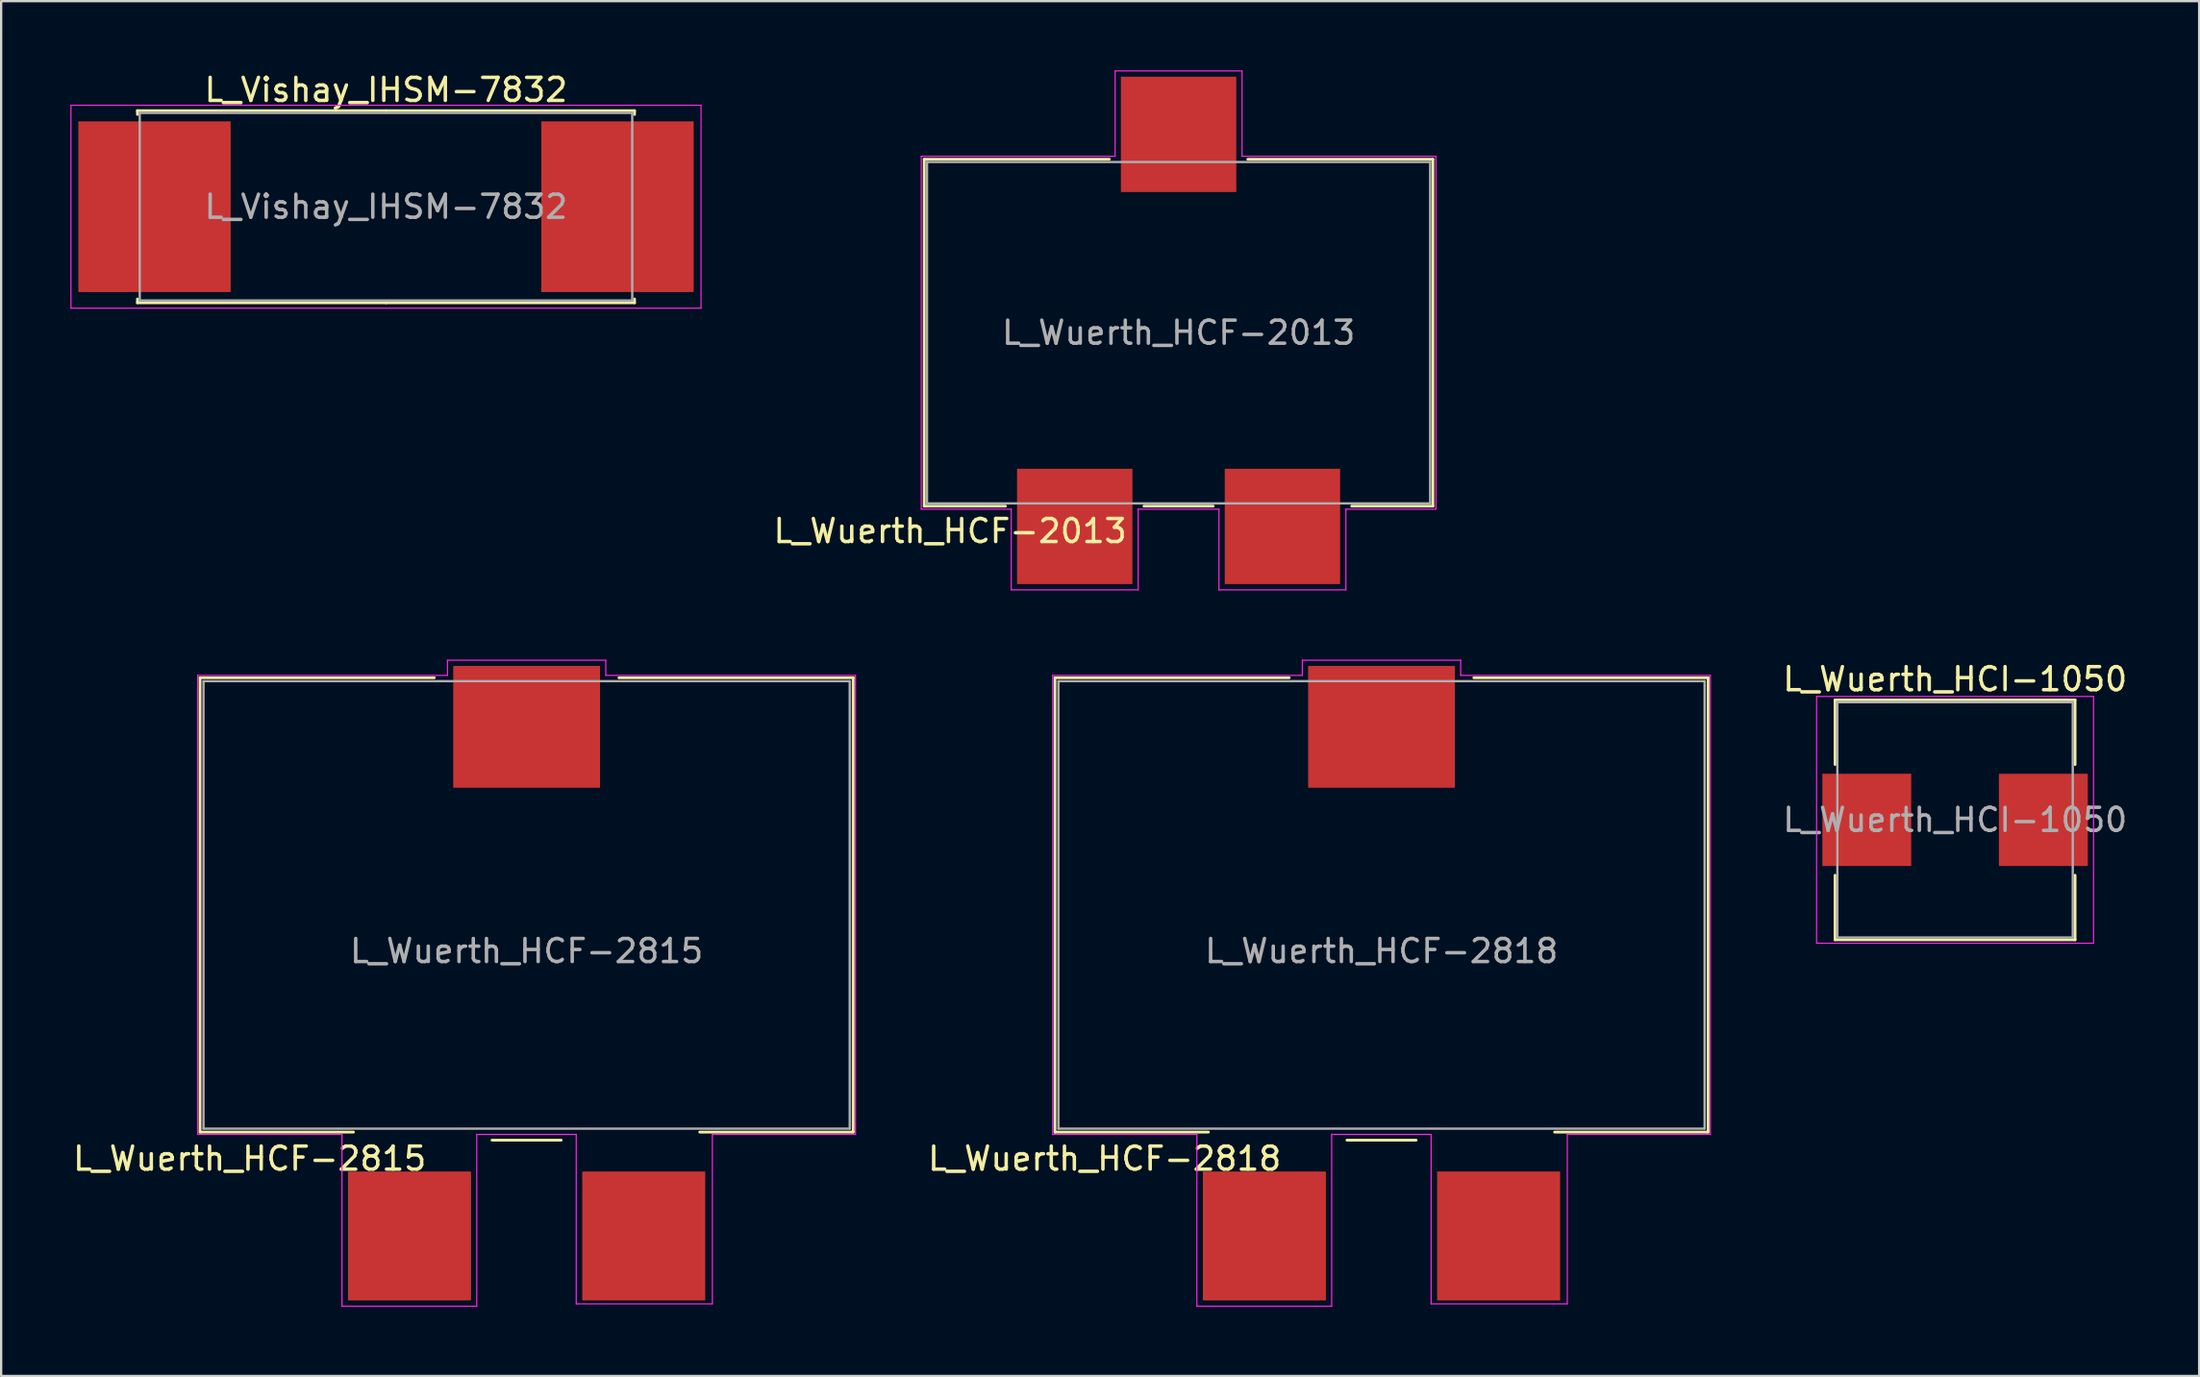
<source format=kicad_pcb>
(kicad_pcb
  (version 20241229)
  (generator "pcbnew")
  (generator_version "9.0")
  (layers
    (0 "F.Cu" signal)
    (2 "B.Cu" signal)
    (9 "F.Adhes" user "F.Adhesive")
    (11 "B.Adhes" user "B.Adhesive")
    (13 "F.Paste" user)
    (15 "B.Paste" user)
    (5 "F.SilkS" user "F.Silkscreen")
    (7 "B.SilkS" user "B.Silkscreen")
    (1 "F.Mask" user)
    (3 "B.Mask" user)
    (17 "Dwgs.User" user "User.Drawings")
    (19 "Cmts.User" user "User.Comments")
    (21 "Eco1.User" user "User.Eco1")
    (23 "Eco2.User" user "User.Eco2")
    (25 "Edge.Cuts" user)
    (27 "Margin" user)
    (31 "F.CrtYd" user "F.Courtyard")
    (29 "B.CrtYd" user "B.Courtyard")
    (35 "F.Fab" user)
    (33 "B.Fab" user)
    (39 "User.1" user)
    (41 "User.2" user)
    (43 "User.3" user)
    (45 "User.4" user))
  (footprint "L_Wuerth_HCF-2815"
    (layer "F.Cu")
    (at 19.768 36.185)
    (property "Reference" "L_Wuerth_HCF-2815" (at -12 11 0) (layer "F.SilkS") (effects (font (size 1 1) (thickness 0.15))))
    (attr smd)
    (fp_line (start -14.15 -9.85) (end -4 -9.85) (stroke (width 0.12) (type solid)) (layer "F.SilkS"))
    (fp_line (start -14.15 9.85) (end -14.15 -9.85) (stroke (width 0.12) (type solid)) (layer "F.SilkS"))
    (fp_line (start -7.5 9.85) (end -14.15 9.85) (stroke (width 0.12) (type solid)) (layer "F.SilkS"))
    (fp_line (start 1.5 10.2) (end -1.5 10.2) (stroke (width 0.12) (type solid)) (layer "F.SilkS"))
    (fp_line (start 4 -9.85) (end 14.15 -9.85) (stroke (width 0.12) (type solid)) (layer "F.SilkS"))
    (fp_line (start 14.15 -9.85) (end 14.15 9.85) (stroke (width 0.12) (type solid)) (layer "F.SilkS"))
    (fp_line (start 14.15 9.85) (end 7.5 9.85) (stroke (width 0.12) (type solid)) (layer "F.SilkS"))
    (fp_line (start -14.25 -9.95) (end -3.43 -9.95) (stroke (width 0.05) (type solid)) (layer "F.CrtYd"))
    (fp_line (start -14.25 9.95) (end -14.25 -9.95) (stroke (width 0.05) (type solid)) (layer "F.CrtYd"))
    (fp_line (start -8 9.95) (end -14.25 9.95) (stroke (width 0.05) (type solid)) (layer "F.CrtYd"))
    (fp_line (start -8 17.4) (end -8 9.95) (stroke (width 0.05) (type solid)) (layer "F.CrtYd"))
    (fp_line (start -3.43 -10.61) (end 3.43 -10.61) (stroke (width 0.05) (type solid)) (layer "F.CrtYd"))
    (fp_line (start -3.43 -9.95) (end -3.43 -10.61) (stroke (width 0.05) (type solid)) (layer "F.CrtYd"))
    (fp_line (start -2.16 9.95) (end -2.16 17.4) (stroke (width 0.05) (type solid)) (layer "F.CrtYd"))
    (fp_line (start -2.16 17.4) (end -8 17.4) (stroke (width 0.05) (type solid)) (layer "F.CrtYd"))
    (fp_line (start 2.15 9.95) (end -2.16 9.95) (stroke (width 0.05) (type solid)) (layer "F.CrtYd"))
    (fp_line (start 2.15 17.3) (end 2.15 9.95) (stroke (width 0.05) (type solid)) (layer "F.CrtYd"))
    (fp_line (start 3.43 -10.61) (end 3.43 -9.95) (stroke (width 0.05) (type solid)) (layer "F.CrtYd"))
    (fp_line (start 3.43 -9.95) (end 14.25 -9.95) (stroke (width 0.05) (type solid)) (layer "F.CrtYd"))
    (fp_line (start 8.05 9.95) (end 8.05 17.3) (stroke (width 0.05) (type solid)) (layer "F.CrtYd"))
    (fp_line (start 8.05 17.3) (end 2.15 17.3) (stroke (width 0.05) (type solid)) (layer "F.CrtYd"))
    (fp_line (start 14.25 -9.95) (end 14.25 9.95) (stroke (width 0.05) (type solid)) (layer "F.CrtYd"))
    (fp_line (start 14.25 9.95) (end 8.05 9.95) (stroke (width 0.05) (type solid)) (layer "F.CrtYd"))
    (fp_line (start -14 -9.7) (end 14 -9.7) (stroke (width 0.1) (type solid)) (layer "F.Fab"))
    (fp_line (start -14 9.7) (end -14 -9.7) (stroke (width 0.1) (type solid)) (layer "F.Fab"))
    (fp_line (start 14 -9.7) (end 14 9.7) (stroke (width 0.1) (type solid)) (layer "F.Fab"))
    (fp_line (start 14 9.7) (end -14 9.7) (stroke (width 0.1) (type solid)) (layer "F.Fab"))
    (fp_text user "${REFERENCE}" (at 0 2 0) (layer "F.Fab") (effects (font (size 1 1) (thickness 0.15))))
    (pad "" smd rect (at 0 -7.72) (size 6.36 5.28) (layers "F.Cu" "F.Mask" "F.Paste"))
    (pad "1" smd rect (at -5.075 14.355) (size 5.33 5.59) (layers "F.Cu" "F.Mask" "F.Paste"))
    (pad "2" smd rect (at 5.075 14.355) (size 5.33 5.59) (layers "F.Cu" "F.Mask" "F.Paste")))
  (footprint "L_Wuerth_HCF-2013"
    (layer "F.Cu")
    (at 48.018 11.375)
    (property "Reference" "L_Wuerth_HCF-2013" (at -9.9 8.6 0) (layer "F.SilkS") (effects (font (size 1 1) (thickness 0.15))))
    (attr smd)
    (fp_line (start -11.02 -7.52) (end -3 -7.52) (stroke (width 0.12) (type solid)) (layer "F.SilkS"))
    (fp_line (start -11.02 7.52) (end -11.02 -7.52) (stroke (width 0.12) (type solid)) (layer "F.SilkS"))
    (fp_line (start -7.5 7.52) (end -11.02 7.52) (stroke (width 0.12) (type solid)) (layer "F.SilkS"))
    (fp_line (start 1.5 7.52) (end -1.5 7.52) (stroke (width 0.12) (type solid)) (layer "F.SilkS"))
    (fp_line (start 3 -7.52) (end 11.02 -7.52) (stroke (width 0.12) (type solid)) (layer "F.SilkS"))
    (fp_line (start 11.02 -7.52) (end 11.02 7.52) (stroke (width 0.12) (type solid)) (layer "F.SilkS"))
    (fp_line (start 11.02 7.52) (end 7.5 7.52) (stroke (width 0.12) (type solid)) (layer "F.SilkS"))
    (fp_line (start -11.15 -7.65) (end -2.75 -7.65) (stroke (width 0.05) (type solid)) (layer "F.CrtYd"))
    (fp_line (start -11.15 7.65) (end -11.15 -7.65) (stroke (width 0.05) (type solid)) (layer "F.CrtYd"))
    (fp_line (start -7.25 7.65) (end -11.15 7.65) (stroke (width 0.05) (type solid)) (layer "F.CrtYd"))
    (fp_line (start -7.25 11.15) (end -7.25 7.65) (stroke (width 0.05) (type solid)) (layer "F.CrtYd"))
    (fp_line (start -2.75 -11.35) (end 2.75 -11.35) (stroke (width 0.05) (type solid)) (layer "F.CrtYd"))
    (fp_line (start -2.75 -7.65) (end -2.75 -11.35) (stroke (width 0.05) (type solid)) (layer "F.CrtYd"))
    (fp_line (start -1.75 7.65) (end -1.75 11.15) (stroke (width 0.05) (type solid)) (layer "F.CrtYd"))
    (fp_line (start -1.75 11.15) (end -7.25 11.15) (stroke (width 0.05) (type solid)) (layer "F.CrtYd"))
    (fp_line (start 1.75 7.65) (end -1.75 7.65) (stroke (width 0.05) (type solid)) (layer "F.CrtYd"))
    (fp_line (start 1.75 11.15) (end 1.75 7.65) (stroke (width 0.05) (type solid)) (layer "F.CrtYd"))
    (fp_line (start 2.75 -11.35) (end 2.75 -7.65) (stroke (width 0.05) (type solid)) (layer "F.CrtYd"))
    (fp_line (start 2.75 -7.65) (end 11.15 -7.65) (stroke (width 0.05) (type solid)) (layer "F.CrtYd"))
    (fp_line (start 7.25 7.65) (end 7.25 11.15) (stroke (width 0.05) (type solid)) (layer "F.CrtYd"))
    (fp_line (start 7.25 11.15) (end 1.75 11.15) (stroke (width 0.05) (type solid)) (layer "F.CrtYd"))
    (fp_line (start 11.15 -7.65) (end 11.15 7.65) (stroke (width 0.05) (type solid)) (layer "F.CrtYd"))
    (fp_line (start 11.15 7.65) (end 7.25 7.65) (stroke (width 0.05) (type solid)) (layer "F.CrtYd"))
    (fp_line (start -10.9 -7.4) (end 10.9 -7.4) (stroke (width 0.1) (type solid)) (layer "F.Fab"))
    (fp_line (start -10.9 7.4) (end -10.9 -7.4) (stroke (width 0.1) (type solid)) (layer "F.Fab"))
    (fp_line (start 10.9 -7.4) (end 10.9 7.4) (stroke (width 0.1) (type solid)) (layer "F.Fab"))
    (fp_line (start 10.9 7.4) (end -10.9 7.4) (stroke (width 0.1) (type solid)) (layer "F.Fab"))
    (fp_text user "${REFERENCE}" (at 0 0 0) (layer "F.Fab") (effects (font (size 1 1) (thickness 0.15))))
    (pad "" smd rect (at 0 -8.6) (size 5 5) (layers "F.Cu" "F.Mask" "F.Paste"))
    (pad "1" smd rect (at -4.5 8.4) (size 5 5) (layers "F.Cu" "F.Mask" "F.Paste"))
    (pad "2" smd rect (at 4.5 8.4) (size 5 5) (layers "F.Cu" "F.Mask" "F.Paste")))
  (footprint "L_Wuerth_HCI-1050"
    (layer "F.Cu")
    (at 81.663 32.498)
    (property "Reference" "L_Wuerth_HCI-1050" (at 0 -6.1 0) (layer "F.SilkS") (effects (font (size 1 1) (thickness 0.15))))
    (attr smd)
    (fp_line (start -5.2 -5.2) (end 5.2 -5.2) (stroke (width 0.12) (type solid)) (layer "F.SilkS"))
    (fp_line (start -5.2 -2.4) (end -5.2 -5.2) (stroke (width 0.12) (type solid)) (layer "F.SilkS"))
    (fp_line (start -5.2 2.4) (end -5.2 5.2) (stroke (width 0.12) (type solid)) (layer "F.SilkS"))
    (fp_line (start -5.2 5.2) (end 5.2 5.2) (stroke (width 0.12) (type solid)) (layer "F.SilkS"))
    (fp_line (start 5.2 -5.2) (end 5.2 -2.4) (stroke (width 0.12) (type solid)) (layer "F.SilkS"))
    (fp_line (start 5.2 5.2) (end 5.2 2.4) (stroke (width 0.12) (type solid)) (layer "F.SilkS"))
    (fp_line (start -6 -5.35) (end -6 5.35) (stroke (width 0.05) (type solid)) (layer "F.CrtYd"))
    (fp_line (start -6 5.35) (end 6 5.35) (stroke (width 0.05) (type solid)) (layer "F.CrtYd"))
    (fp_line (start 6 -5.35) (end -6 -5.35) (stroke (width 0.05) (type solid)) (layer "F.CrtYd"))
    (fp_line (start 6 5.35) (end 6 -5.35) (stroke (width 0.05) (type solid)) (layer "F.CrtYd"))
    (fp_line (start -5.1 -5.1) (end -5.1 5.1) (stroke (width 0.1) (type solid)) (layer "F.Fab"))
    (fp_line (start -5.1 5.1) (end 5.1 5.1) (stroke (width 0.1) (type solid)) (layer "F.Fab"))
    (fp_line (start 5.1 -5.1) (end -5.1 -5.1) (stroke (width 0.1) (type solid)) (layer "F.Fab"))
    (fp_line (start 5.1 5.1) (end 5.1 -5.1) (stroke (width 0.1) (type solid)) (layer "F.Fab"))
    (fp_text user "${REFERENCE}" (at 0 0 0) (layer "F.Fab") (effects (font (size 1 1) (thickness 0.15))))
    (pad "1" smd rect (at -3.825 0) (size 3.85 4) (layers "F.Cu" "F.Mask" "F.Paste"))
    (pad "2" smd rect (at 3.825 0) (size 3.85 4) (layers "F.Cu" "F.Mask" "F.Paste")))
  (footprint "L_Wuerth_HCF-2818"
    (layer "F.Cu")
    (at 56.811 36.185)
    (property "Reference" "L_Wuerth_HCF-2818" (at -12 11 0) (layer "F.SilkS") (effects (font (size 1 1) (thickness 0.15))))
    (attr smd)
    (fp_line (start -14.15 -9.85) (end -4 -9.85) (stroke (width 0.12) (type solid)) (layer "F.SilkS"))
    (fp_line (start -14.15 9.85) (end -14.15 -9.85) (stroke (width 0.12) (type solid)) (layer "F.SilkS"))
    (fp_line (start -7.5 9.85) (end -14.15 9.85) (stroke (width 0.12) (type solid)) (layer "F.SilkS"))
    (fp_line (start 1.5 10.2) (end -1.5 10.2) (stroke (width 0.12) (type solid)) (layer "F.SilkS"))
    (fp_line (start 4 -9.85) (end 14.15 -9.85) (stroke (width 0.12) (type solid)) (layer "F.SilkS"))
    (fp_line (start 14.15 -9.85) (end 14.15 9.85) (stroke (width 0.12) (type solid)) (layer "F.SilkS"))
    (fp_line (start 14.15 9.85) (end 7.5 9.85) (stroke (width 0.12) (type solid)) (layer "F.SilkS"))
    (fp_line (start -14.25 -9.95) (end -3.43 -9.95) (stroke (width 0.05) (type solid)) (layer "F.CrtYd"))
    (fp_line (start -14.25 9.95) (end -14.25 -9.95) (stroke (width 0.05) (type solid)) (layer "F.CrtYd"))
    (fp_line (start -8 9.95) (end -14.25 9.95) (stroke (width 0.05) (type solid)) (layer "F.CrtYd"))
    (fp_line (start -8 17.4) (end -8 9.95) (stroke (width 0.05) (type solid)) (layer "F.CrtYd"))
    (fp_line (start -3.43 -10.61) (end 3.43 -10.61) (stroke (width 0.05) (type solid)) (layer "F.CrtYd"))
    (fp_line (start -3.43 -9.95) (end -3.43 -10.61) (stroke (width 0.05) (type solid)) (layer "F.CrtYd"))
    (fp_line (start -2.16 9.95) (end -2.16 17.4) (stroke (width 0.05) (type solid)) (layer "F.CrtYd"))
    (fp_line (start -2.16 17.4) (end -8 17.4) (stroke (width 0.05) (type solid)) (layer "F.CrtYd"))
    (fp_line (start 2.15 9.95) (end -2.16 9.95) (stroke (width 0.05) (type solid)) (layer "F.CrtYd"))
    (fp_line (start 2.15 17.3) (end 2.15 9.95) (stroke (width 0.05) (type solid)) (layer "F.CrtYd"))
    (fp_line (start 3.43 -10.61) (end 3.43 -9.95) (stroke (width 0.05) (type solid)) (layer "F.CrtYd"))
    (fp_line (start 3.43 -9.95) (end 14.25 -9.95) (stroke (width 0.05) (type solid)) (layer "F.CrtYd"))
    (fp_line (start 8.05 9.95) (end 8.05 17.3) (stroke (width 0.05) (type solid)) (layer "F.CrtYd"))
    (fp_line (start 8.05 17.3) (end 2.15 17.3) (stroke (width 0.05) (type solid)) (layer "F.CrtYd"))
    (fp_line (start 14.25 -9.95) (end 14.25 9.95) (stroke (width 0.05) (type solid)) (layer "F.CrtYd"))
    (fp_line (start 14.25 9.95) (end 8.05 9.95) (stroke (width 0.05) (type solid)) (layer "F.CrtYd"))
    (fp_line (start -14 -9.7) (end 14 -9.7) (stroke (width 0.1) (type solid)) (layer "F.Fab"))
    (fp_line (start -14 9.7) (end -14 -9.7) (stroke (width 0.1) (type solid)) (layer "F.Fab"))
    (fp_line (start 14 -9.7) (end 14 9.7) (stroke (width 0.1) (type solid)) (layer "F.Fab"))
    (fp_line (start 14 9.7) (end -14 9.7) (stroke (width 0.1) (type solid)) (layer "F.Fab"))
    (fp_text user "${REFERENCE}" (at 0 2 0) (layer "F.Fab") (effects (font (size 1 1) (thickness 0.15))))
    (pad "" smd rect (at 0 -7.72) (size 6.36 5.28) (layers "F.Cu" "F.Mask" "F.Paste"))
    (pad "1" smd rect (at -5.075 14.355) (size 5.33 5.59) (layers "F.Cu" "F.Mask" "F.Paste"))
    (pad "2" smd rect (at 5.075 14.355) (size 5.33 5.59) (layers "F.Cu" "F.Mask" "F.Paste")))
  (footprint "L_Vishay_IHSM-7832"
    (layer "F.Cu")
    (at 13.675 5.913)
    (property "Reference" "L_Vishay_IHSM-7832" (at 0 -5.065 0) (layer "F.SilkS") (effects (font (size 1 1) (thickness 0.15))))
    (attr smd)
    (fp_line (start -10.77 -4.165) (end 0 -4.165) (stroke (width 0.12) (type solid)) (layer "F.SilkS"))
    (fp_line (start -10.77 -4) (end -10.77 -4.165) (stroke (width 0.12) (type solid)) (layer "F.SilkS"))
    (fp_line (start -10.77 4) (end -10.77 4.165) (stroke (width 0.12) (type solid)) (layer "F.SilkS"))
    (fp_line (start -10.77 4.165) (end 0 4.165) (stroke (width 0.12) (type solid)) (layer "F.SilkS"))
    (fp_line (start 10.77 -4.165) (end 0 -4.165) (stroke (width 0.12) (type solid)) (layer "F.SilkS"))
    (fp_line (start 10.77 -4) (end 10.77 -4.165) (stroke (width 0.12) (type solid)) (layer "F.SilkS"))
    (fp_line (start 10.77 4) (end 10.77 4.165) (stroke (width 0.12) (type solid)) (layer "F.SilkS"))
    (fp_line (start 10.77 4.165) (end 0 4.165) (stroke (width 0.12) (type solid)) (layer "F.SilkS"))
    (fp_line (start -13.65 -4.4) (end -13.65 4.4) (stroke (width 0.05) (type solid)) (layer "F.CrtYd"))
    (fp_line (start -13.65 4.4) (end 13.65 4.4) (stroke (width 0.05) (type solid)) (layer "F.CrtYd"))
    (fp_line (start 13.65 -4.4) (end -13.65 -4.4) (stroke (width 0.05) (type solid)) (layer "F.CrtYd"))
    (fp_line (start 13.65 4.4) (end 13.65 -4.4) (stroke (width 0.05) (type solid)) (layer "F.CrtYd"))
    (fp_line (start -10.67 -4.065) (end -10.67 4.065) (stroke (width 0.1) (type solid)) (layer "F.Fab"))
    (fp_line (start -10.67 4.065) (end 10.67 4.065) (stroke (width 0.1) (type solid)) (layer "F.Fab"))
    (fp_line (start 10.67 -4.065) (end -10.67 -4.065) (stroke (width 0.1) (type solid)) (layer "F.Fab"))
    (fp_line (start 10.67 4.065) (end 10.67 -4.065) (stroke (width 0.1) (type solid)) (layer "F.Fab"))
    (fp_text user "${REFERENCE}" (at 0 0 0) (layer "F.Fab") (effects (font (size 1 1) (thickness 0.15))))
    (pad "1" smd rect (at -10.031 0) (size 6.6 7.4) (layers "F.Cu" "F.Mask" "F.Paste"))
    (pad "2" smd rect (at 10.031 0) (size 6.6 7.4) (layers "F.Cu" "F.Mask" "F.Paste")))
  (gr_rect
    (start -3 -3)
    (end 92.24 56.61)
    (stroke (width 0.1) (type default))
    (fill no)
    (layer "Edge.Cuts")))
</source>
